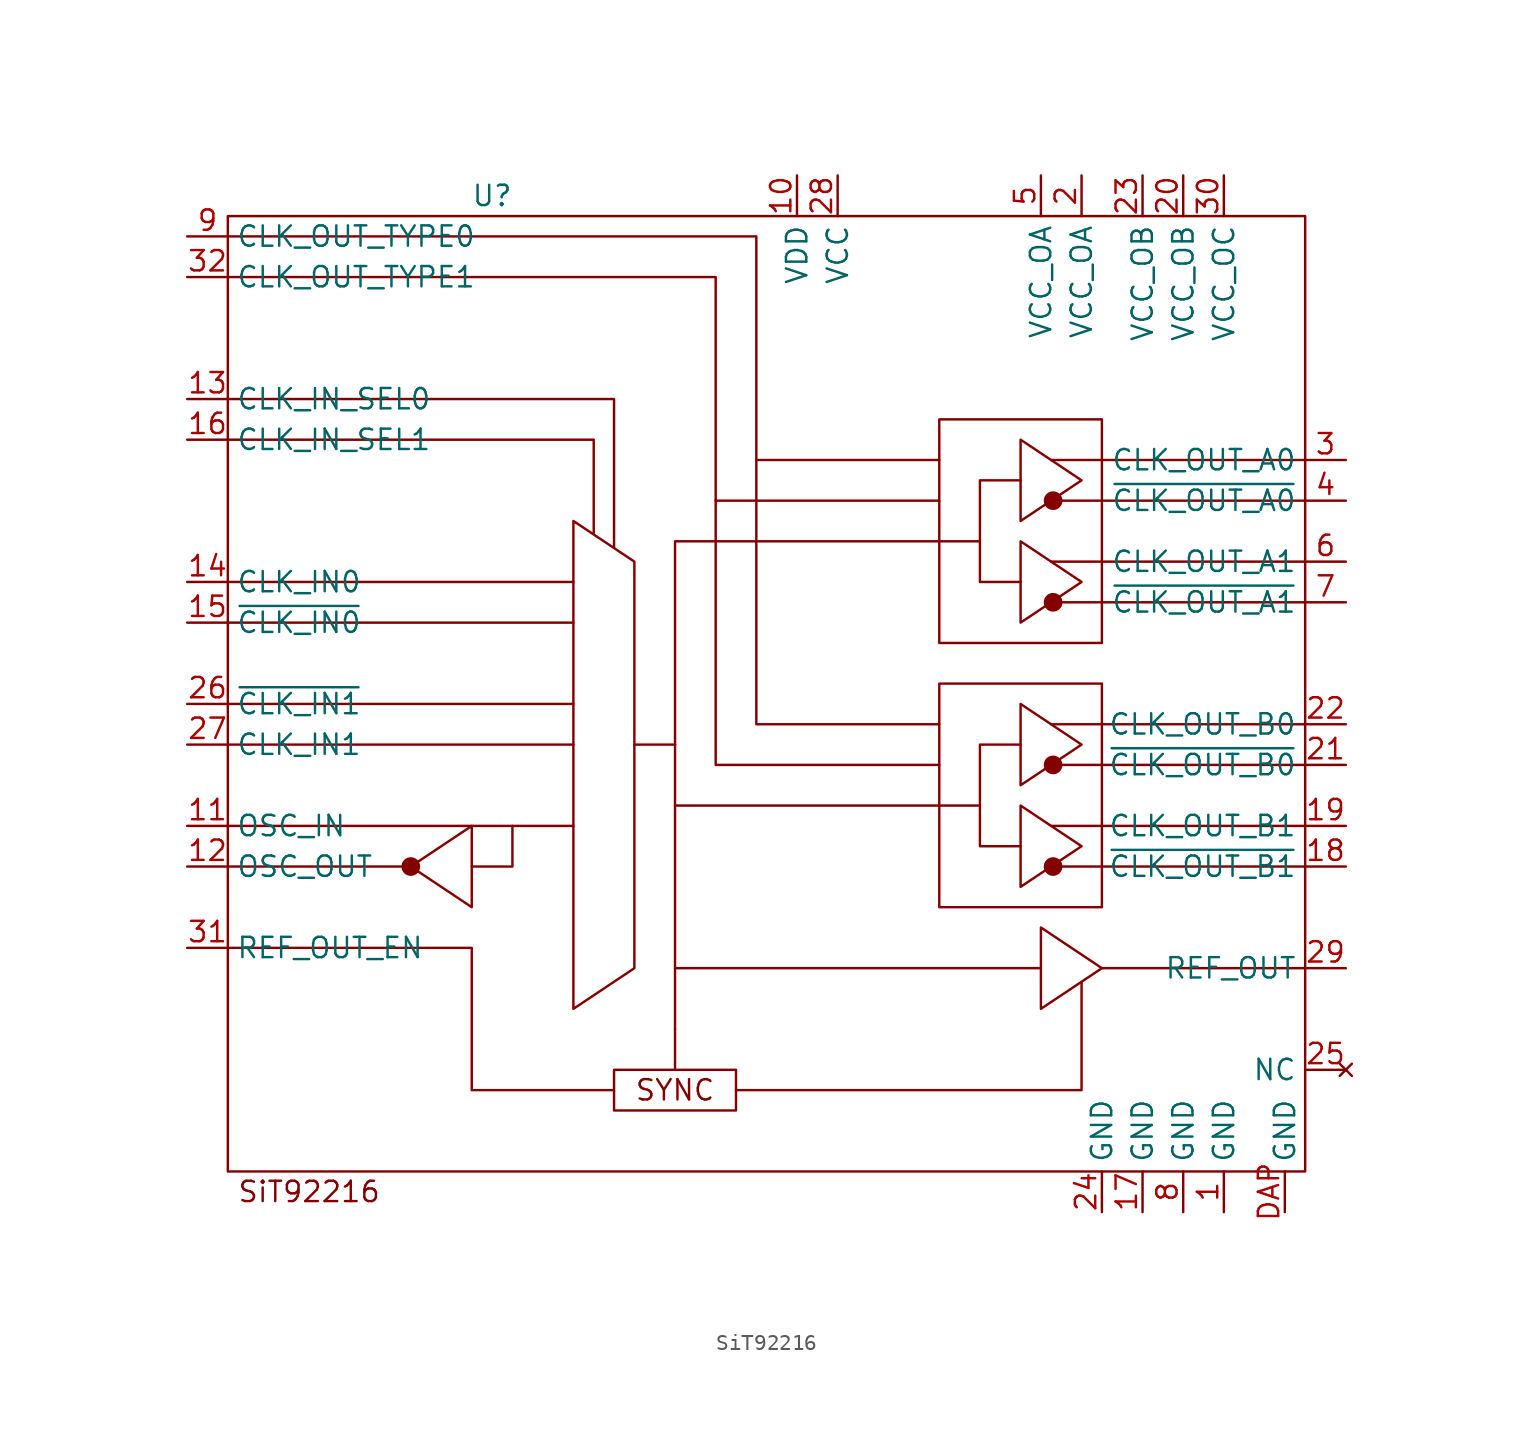
<source format=kicad_sym>
(kicad_symbol_lib
  (version 20220914)
  (generator kicad_symbol_editor)
  (symbol "SiT92216"
    (property "Reference" "U"
      (at 10.16 43.18 0)
      (effects (font (size 1.27 1.27))))
    (property "Value" ""
      (at 0 0 0)
      (effects (font (size 1.27 1.27))))
    (symbol "SiT92216_0_1"
      (polyline (pts (xy 5.08 1.27) (xy 8.89 3.81) (xy 8.89 -1.27) (xy 5.08 1.27)) (stroke (width 0) (type default)) (fill (type none))))
    (symbol "SiT92216_1_1"
      (rectangle (start -6.35 41.91) (end 60.96 -17.78) (stroke (width 0) (type default)) (fill (type none)))
      (polyline (pts (xy -6.35 3.81) (xy 15.24 3.81)) (stroke (width 0) (type default)) (fill (type none)))
      (polyline (pts (xy -6.35 8.89) (xy 15.24 8.89)) (stroke (width 0) (type default)) (fill (type none)))
      (polyline (pts (xy -6.35 11.43) (xy 15.24 11.43)) (stroke (width 0) (type default)) (fill (type none)))
      (polyline (pts (xy -6.35 16.51) (xy 15.24 16.51)) (stroke (width 0) (type default)) (fill (type none)))
      (polyline (pts (xy -6.35 19.05) (xy 15.24 19.05)) (stroke (width 0) (type default)) (fill (type none)))
      (polyline (pts (xy 5.08 1.27) (xy -6.35 1.27)) (stroke (width 0) (type default)) (fill (type none)))
      (polyline (pts (xy 19.05 8.89) (xy 21.59 8.89)) (stroke (width 0) (type default)) (fill (type none)))
      (polyline (pts (xy 21.59 -8.89) (xy 21.59 -11.43)) (stroke (width 0) (type default)) (fill (type none)))
      (polyline (pts (xy 21.59 8.89) (xy 21.59 -8.89)) (stroke (width 0) (type default)) (fill (type none)))
      (polyline (pts (xy 40.64 5.08) (xy 21.59 5.08)) (stroke (width 0) (type default)) (fill (type none)))
      (polyline (pts (xy 44.45 -5.08) (xy 21.59 -5.08)) (stroke (width 0) (type default)) (fill (type none)))
      (polyline (pts (xy 48.26 -5.08) (xy 60.96 -5.08)) (stroke (width 0) (type default)) (fill (type none)))
      (polyline (pts (xy 60.96 1.27) (xy 45.085 1.27)) (stroke (width 0) (type default)) (fill (type none)))
      (polyline (pts (xy 60.96 3.81) (xy 45.085 3.81)) (stroke (width 0) (type default)) (fill (type none)))
      (polyline (pts (xy 60.96 7.62) (xy 45.085 7.62)) (stroke (width 0) (type default)) (fill (type none)))
      (polyline (pts (xy 60.96 10.16) (xy 45.085 10.16)) (stroke (width 0) (type default)) (fill (type none)))
      (polyline (pts (xy 60.96 17.78) (xy 45.085 17.78)) (stroke (width 0) (type default)) (fill (type none)))
      (polyline (pts (xy 60.96 20.32) (xy 45.085 20.32)) (stroke (width 0) (type default)) (fill (type none)))
      (polyline (pts (xy 60.96 24.13) (xy 45.085 24.13)) (stroke (width 0) (type default)) (fill (type none)))
      (polyline (pts (xy 60.96 26.67) (xy 45.085 26.67)) (stroke (width 0) (type default)) (fill (type none)))
      (polyline (pts (xy 11.43 3.81) (xy 11.43 1.27) (xy 8.89 1.27)) (stroke (width 0) (type default)) (fill (type none)))
      (polyline (pts (xy 16.51 22.098) (xy 16.51 27.94) (xy -6.35 27.94)) (stroke (width 0) (type default)) (fill (type none)))
      (polyline (pts (xy 17.78 21.209) (xy 17.78 30.48) (xy -6.35 30.48)) (stroke (width 0) (type default)) (fill (type none)))
      (polyline (pts (xy 21.59 8.89) (xy 21.59 21.59) (xy 40.64 21.59)) (stroke (width 0) (type default)) (fill (type none)))
      (polyline (pts (xy 24.13 24.13) (xy 24.13 7.62) (xy 38.1 7.62)) (stroke (width 0) (type default)) (fill (type none)))
      (polyline (pts (xy 25.4 -12.7) (xy 46.99 -12.7) (xy 46.99 -5.969)) (stroke (width 0) (type default)) (fill (type none)))
      (polyline (pts (xy 26.67 26.67) (xy 26.67 10.16) (xy 38.1 10.16)) (stroke (width 0) (type default)) (fill (type none)))
      (polyline (pts (xy -6.35 -3.81) (xy 8.89 -3.81) (xy 8.89 -12.7) (xy 17.78 -12.7)) (stroke (width 0) (type default)) (fill (type none)))
      (polyline (pts (xy -6.35 38.1) (xy 24.13 38.1) (xy 24.13 24.13) (xy 38.1 24.13)) (stroke (width 0) (type default)) (fill (type none)))
      (polyline (pts (xy -6.35 40.64) (xy 26.67 40.64) (xy 26.67 26.67) (xy 38.1 26.67)) (stroke (width 0) (type default)) (fill (type none)))
      (polyline (pts (xy 43.18 8.89) (xy 40.64 8.89) (xy 40.64 2.54) (xy 43.18 2.54)) (stroke (width 0) (type default)) (fill (type none)))
      (polyline (pts (xy 43.18 25.4) (xy 40.64 25.4) (xy 40.64 19.05) (xy 43.18 19.05)) (stroke (width 0) (type default)) (fill (type none)))
      (polyline (pts (xy 46.99 2.54) (xy 43.18 5.08) (xy 43.18 0) (xy 46.99 2.54)) (stroke (width 0) (type default)) (fill (type none)))
      (polyline (pts (xy 46.99 8.89) (xy 43.18 11.43) (xy 43.18 6.35) (xy 46.99 8.89)) (stroke (width 0) (type default)) (fill (type none)))
      (polyline (pts (xy 46.99 19.05) (xy 43.18 21.59) (xy 43.18 16.51) (xy 46.99 19.05)) (stroke (width 0) (type default)) (fill (type none)))
      (polyline (pts (xy 46.99 25.4) (xy 43.18 27.94) (xy 43.18 22.86) (xy 46.99 25.4)) (stroke (width 0) (type default)) (fill (type none)))
      (polyline (pts (xy 48.26 -5.08) (xy 44.45 -2.54) (xy 44.45 -7.62) (xy 48.26 -5.08)) (stroke (width 0) (type default)) (fill (type none)))
      (polyline (pts (xy 15.24 21.59) (xy 15.24 -7.62) (xy 19.05 -5.08) (xy 19.05 20.32) (xy 15.24 22.86) (xy 15.24 21.59)) (stroke (width 0) (type default)) (fill (type none)))
      (circle (center 5.08 1.27) (radius 0.508) (stroke (width 0) (type default)) (fill (type outline)))
      (rectangle (start 17.78 -11.43) (end 25.4 -13.97) (stroke (width 0) (type default)) (fill (type none)))
      (rectangle (start 38.1 12.7) (end 48.26 -1.27) (stroke (width 0) (type default)) (fill (type none)))
      (rectangle (start 38.1 29.21) (end 48.26 15.24) (stroke (width 0) (type default)) (fill (type none)))
      (circle (center 45.212 1.27) (radius 0.508) (stroke (width 0) (type default)) (fill (type outline)))
      (circle (center 45.212 7.62) (radius 0.508) (stroke (width 0) (type default)) (fill (type outline)))
      (circle (center 45.212 17.78) (radius 0.508) (stroke (width 0) (type default)) (fill (type outline)))
      (circle (center 45.212 24.13) (radius 0.508) (stroke (width 0) (type default)) (fill (type outline)))
      (text "SiT92216" (at -1.27 -19.05 0) (effects (font (size 1.27 1.27))))
      (text "SYNC" (at 21.59 -12.7 0) (effects (font (size 1.27 1.27))))
      (pin power_in line (at 55.88 -20.32 90) (length 2.54) (name "GND" (effects (font (size 1.27 1.27)))) (number "1" (effects (font (size 1.27 1.27)))))
      (pin power_in line (at 29.21 44.45 270) (length 2.54) (name "VDD" (effects (font (size 1.27 1.27)))) (number "10" (effects (font (size 1.27 1.27)))))
      (pin input line (at -8.89 3.81 0) (length 2.54) (name "OSC_IN" (effects (font (size 1.27 1.27)))) (number "11" (effects (font (size 1.27 1.27)))))
      (pin output line (at -8.89 1.27 0) (length 2.54) (name "OSC_OUT" (effects (font (size 1.27 1.27)))) (number "12" (effects (font (size 1.27 1.27)))))
      (pin input line (at -8.89 30.48 0) (length 2.54) (name "CLK_IN_SEL0" (effects (font (size 1.27 1.27)))) (number "13" (effects (font (size 1.27 1.27)))))
      (pin input line (at -8.89 19.05 0) (length 2.54) (name "CLK_IN0" (effects (font (size 1.27 1.27)))) (number "14" (effects (font (size 1.27 1.27)))))
      (pin input line (at -8.89 16.51 0) (length 2.54) (name "~{CLK_IN0}" (effects (font (size 1.27 1.27)))) (number "15" (effects (font (size 1.27 1.27)))))
      (pin input line (at -8.89 27.94 0) (length 2.54) (name "CLK_IN_SEL1" (effects (font (size 1.27 1.27)))) (number "16" (effects (font (size 1.27 1.27)))))
      (pin power_in line (at 50.8 -20.32 90) (length 2.54) (name "GND" (effects (font (size 1.27 1.27)))) (number "17" (effects (font (size 1.27 1.27)))))
      (pin output line (at 63.5 1.27 180) (length 2.54) (name "~{CLK_OUT_B1}" (effects (font (size 1.27 1.27)))) (number "18" (effects (font (size 1.27 1.27)))))
      (pin output line (at 63.5 3.81 180) (length 2.54) (name "CLK_OUT_B1" (effects (font (size 1.27 1.27)))) (number "19" (effects (font (size 1.27 1.27)))))
      (pin power_in line (at 46.99 44.45 270) (length 2.54) (name "VCC_OA" (effects (font (size 1.27 1.27)))) (number "2" (effects (font (size 1.27 1.27)))))
      (pin power_in line (at 53.34 44.45 270) (length 2.54) (name "VCC_OB" (effects (font (size 1.27 1.27)))) (number "20" (effects (font (size 1.27 1.27)))))
      (pin output line (at 63.5 7.62 180) (length 2.54) (name "~{CLK_OUT_B0}" (effects (font (size 1.27 1.27)))) (number "21" (effects (font (size 1.27 1.27)))))
      (pin output line (at 63.5 10.16 180) (length 2.54) (name "CLK_OUT_B0" (effects (font (size 1.27 1.27)))) (number "22" (effects (font (size 1.27 1.27)))))
      (pin power_in line (at 50.8 44.45 270) (length 2.54) (name "VCC_OB" (effects (font (size 1.27 1.27)))) (number "23" (effects (font (size 1.27 1.27)))))
      (pin power_in line (at 48.26 -20.32 90) (length 2.54) (name "GND" (effects (font (size 1.27 1.27)))) (number "24" (effects (font (size 1.27 1.27)))))
      (pin no_connect line (at 63.5 -11.43 180) (length 2.54) (name "NC" (effects (font (size 1.27 1.27)))) (number "25" (effects (font (size 1.27 1.27)))))
      (pin input line (at -8.89 11.43 0) (length 2.54) (name "~{CLK_IN1}" (effects (font (size 1.27 1.27)))) (number "26" (effects (font (size 1.27 1.27)))))
      (pin input line (at -8.89 8.89 0) (length 2.54) (name "CLK_IN1" (effects (font (size 1.27 1.27)))) (number "27" (effects (font (size 1.27 1.27)))))
      (pin power_in line (at 31.75 44.45 270) (length 2.54) (name "VCC" (effects (font (size 1.27 1.27)))) (number "28" (effects (font (size 1.27 1.27)))))
      (pin output line (at 63.5 -5.08 180) (length 2.54) (name "REF_OUT" (effects (font (size 1.27 1.27)))) (number "29" (effects (font (size 1.27 1.27)))))
      (pin output line (at 63.5 26.67 180) (length 2.54) (name "CLK_OUT_A0" (effects (font (size 1.27 1.27)))) (number "3" (effects (font (size 1.27 1.27)))))
      (pin power_in line (at 55.88 44.45 270) (length 2.54) (name "VCC_OC" (effects (font (size 1.27 1.27)))) (number "30" (effects (font (size 1.27 1.27)))))
      (pin input line (at -8.89 -3.81 0) (length 2.54) (name "REF_OUT_EN" (effects (font (size 1.27 1.27)))) (number "31" (effects (font (size 1.27 1.27)))))
      (pin input line (at -8.89 38.1 0) (length 2.54) (name "CLK_OUT_TYPE1" (effects (font (size 1.27 1.27)))) (number "32" (effects (font (size 1.27 1.27)))))
      (pin output line (at 63.5 24.13 180) (length 2.54) (name "~{CLK_OUT_A0}" (effects (font (size 1.27 1.27)))) (number "4" (effects (font (size 1.27 1.27)))))
      (pin power_in line (at 44.45 44.45 270) (length 2.54) (name "VCC_OA" (effects (font (size 1.27 1.27)))) (number "5" (effects (font (size 1.27 1.27)))))
      (pin output line (at 63.5 20.32 180) (length 2.54) (name "CLK_OUT_A1" (effects (font (size 1.27 1.27)))) (number "6" (effects (font (size 1.27 1.27)))))
      (pin output line (at 63.5 17.78 180) (length 2.54) (name "~{CLK_OUT_A1}" (effects (font (size 1.27 1.27)))) (number "7" (effects (font (size 1.27 1.27)))))
      (pin power_in line (at 53.34 -20.32 90) (length 2.54) (name "GND" (effects (font (size 1.27 1.27)))) (number "8" (effects (font (size 1.27 1.27)))))
      (pin input line (at -8.89 40.64 0) (length 2.54) (name "CLK_OUT_TYPE0" (effects (font (size 1.27 1.27)))) (number "9" (effects (font (size 1.27 1.27)))))
      (pin power_in line (at 59.69 -20.32 90) (length 2.54) (name "GND" (effects (font (size 1.27 1.27)))) (number "DAP" (effects (font (size 1.27 1.27))))))))
</source>
